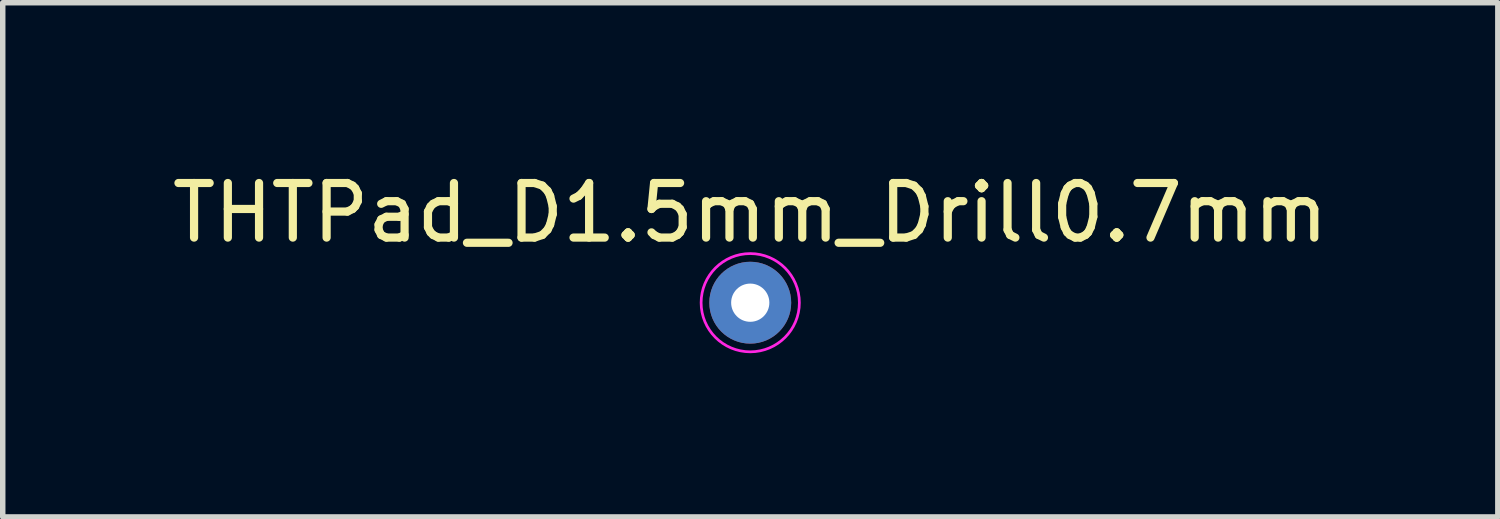
<source format=kicad_pcb>
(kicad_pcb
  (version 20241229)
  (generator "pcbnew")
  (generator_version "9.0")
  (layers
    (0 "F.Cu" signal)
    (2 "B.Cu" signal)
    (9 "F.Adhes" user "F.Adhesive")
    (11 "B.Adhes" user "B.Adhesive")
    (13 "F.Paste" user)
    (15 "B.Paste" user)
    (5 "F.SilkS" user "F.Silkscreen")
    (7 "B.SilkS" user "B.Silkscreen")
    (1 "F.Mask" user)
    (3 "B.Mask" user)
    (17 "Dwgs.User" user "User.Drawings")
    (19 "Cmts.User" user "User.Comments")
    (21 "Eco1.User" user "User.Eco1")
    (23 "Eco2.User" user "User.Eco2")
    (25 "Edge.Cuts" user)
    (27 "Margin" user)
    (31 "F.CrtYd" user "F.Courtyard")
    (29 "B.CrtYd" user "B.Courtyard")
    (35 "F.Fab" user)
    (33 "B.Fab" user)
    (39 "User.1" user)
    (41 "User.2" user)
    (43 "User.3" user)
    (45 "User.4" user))
  (footprint "THTPad_D1.5mm_Drill0.7mm"
    (layer "F.Cu")
    (at 10.696 2.496)
    (property "Reference" "THTPad_D1.5mm_Drill0.7mm" (at 0 -1.648 0) (layer "F.SilkS") (effects (font (size 1 1) (thickness 0.15))))
    (attr exclude_from_pos_files exclude_from_bom)
    (fp_circle (center 0 0) (end 0.9 0) (stroke (width 0.05) (type solid)) (fill no) (layer "F.CrtYd"))
    (pad "1" thru_hole circle (at 0 0) (size 1.5 1.5) (drill 0.7) (layers "*.Cu" "*.Mask")))
  (gr_rect
    (start -3 -3)
    (end 24.393 6.421)
    (stroke (width 0.1) (type default))
    (fill no)
    (layer "Edge.Cuts")))
</source>
